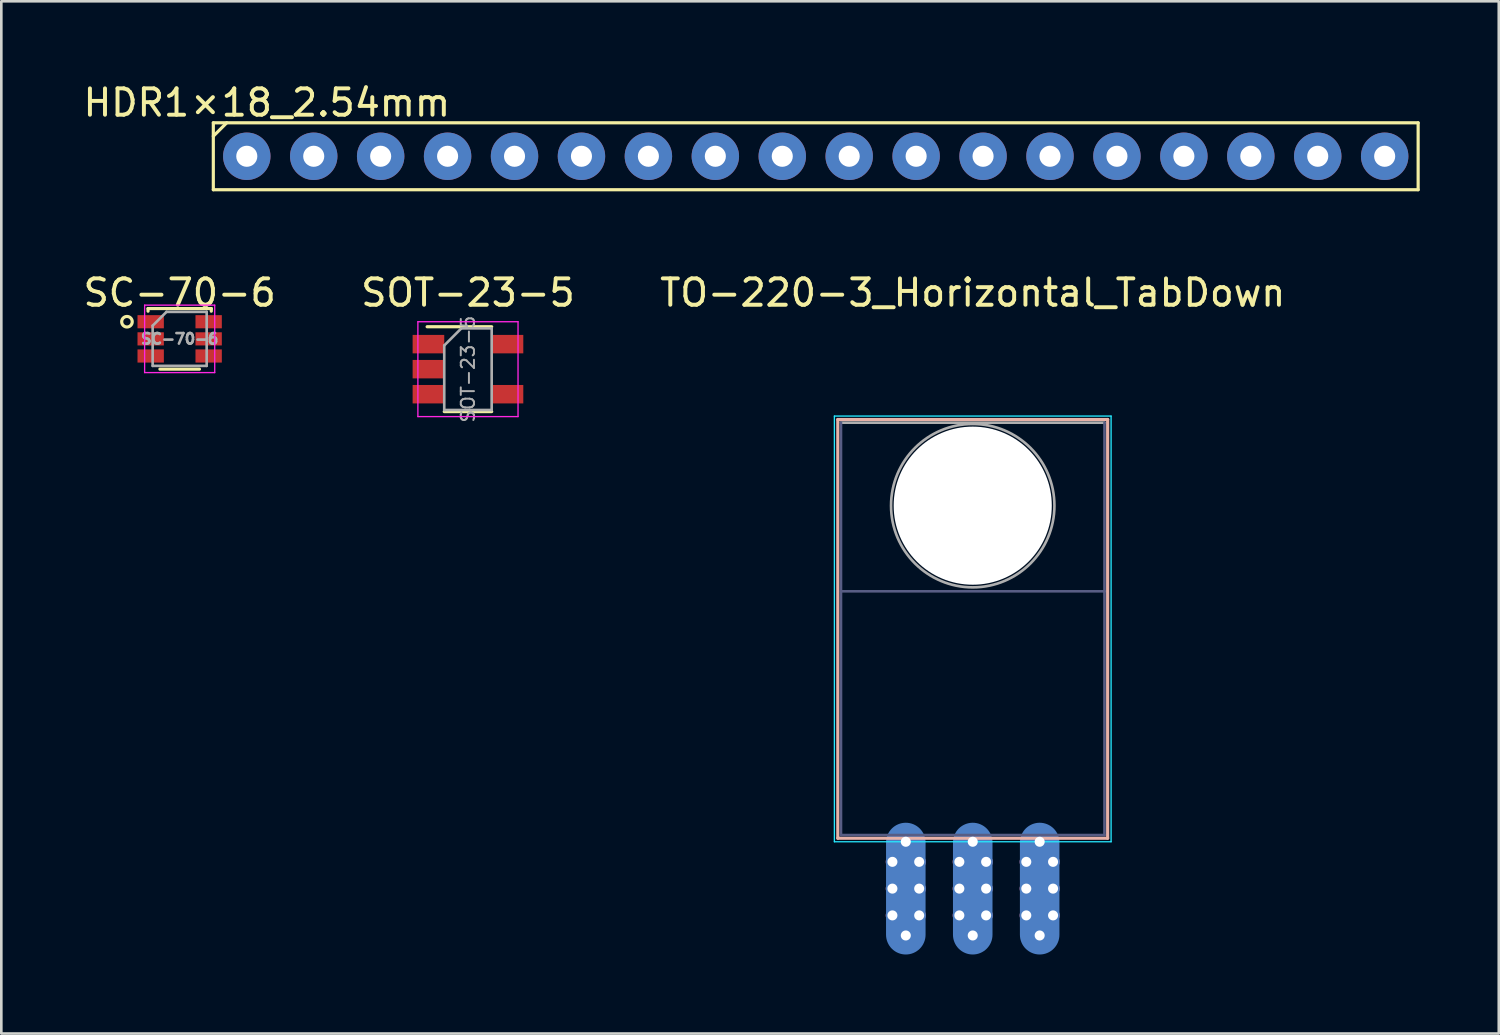
<source format=kicad_pcb>
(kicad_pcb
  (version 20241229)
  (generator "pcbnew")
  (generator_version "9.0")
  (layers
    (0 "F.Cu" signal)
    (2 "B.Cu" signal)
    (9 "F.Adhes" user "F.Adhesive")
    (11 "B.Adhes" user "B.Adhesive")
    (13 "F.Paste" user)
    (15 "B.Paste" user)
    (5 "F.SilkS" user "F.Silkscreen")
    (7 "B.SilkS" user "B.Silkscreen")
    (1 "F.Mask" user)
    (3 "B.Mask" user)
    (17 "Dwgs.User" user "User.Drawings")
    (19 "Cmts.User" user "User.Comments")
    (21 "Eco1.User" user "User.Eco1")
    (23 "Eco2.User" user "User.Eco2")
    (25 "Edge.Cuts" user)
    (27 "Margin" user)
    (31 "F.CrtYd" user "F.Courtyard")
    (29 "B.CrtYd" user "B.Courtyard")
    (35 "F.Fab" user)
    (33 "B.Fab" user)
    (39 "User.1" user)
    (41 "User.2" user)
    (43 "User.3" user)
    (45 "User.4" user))
  (footprint "SOT-23-5"
    (layer "F.Cu")
    (at 14.708 10.959)
    (property "Reference" "SOT-23-5" (at 0 -2.9 0) (layer "F.SilkS") (effects (font (size 1 1) (thickness 0.15))))
    (attr smd)
    (fp_line (start -0.9 1.61) (end 0.9 1.61) (stroke (width 0.12) (type solid)) (layer "F.SilkS"))
    (fp_line (start 0.9 -1.61) (end -1.55 -1.61) (stroke (width 0.12) (type solid)) (layer "F.SilkS"))
    (fp_line (start -1.9 -1.8) (end 1.9 -1.8) (stroke (width 0.05) (type solid)) (layer "F.CrtYd"))
    (fp_line (start -1.9 1.8) (end -1.9 -1.8) (stroke (width 0.05) (type solid)) (layer "F.CrtYd"))
    (fp_line (start 1.9 -1.8) (end 1.9 1.8) (stroke (width 0.05) (type solid)) (layer "F.CrtYd"))
    (fp_line (start 1.9 1.8) (end -1.9 1.8) (stroke (width 0.05) (type solid)) (layer "F.CrtYd"))
    (fp_line (start -0.9 -0.9) (end -0.9 1.55) (stroke (width 0.1) (type solid)) (layer "F.Fab"))
    (fp_line (start -0.9 -0.9) (end -0.25 -1.55) (stroke (width 0.1) (type solid)) (layer "F.Fab"))
    (fp_line (start 0.9 -1.55) (end -0.25 -1.55) (stroke (width 0.1) (type solid)) (layer "F.Fab"))
    (fp_line (start 0.9 -1.55) (end 0.9 1.55) (stroke (width 0.1) (type solid)) (layer "F.Fab"))
    (fp_line (start 0.9 1.55) (end -0.9 1.55) (stroke (width 0.1) (type solid)) (layer "F.Fab"))
    (fp_text user "${REFERENCE}" (at 0 0 90) (layer "F.Fab") (effects (font (size 0.5 0.5) (thickness 0.075))))
    (pad "1" smd rect (at -1.5 -0.95) (size 1.2 0.7) (layers "F.Cu" "F.Mask" "F.Paste"))
    (pad "2" smd rect (at -1.5 0) (size 1.2 0.7) (layers "F.Cu" "F.Mask" "F.Paste"))
    (pad "3" smd rect (at -1.5 0.95) (size 1.2 0.7) (layers "F.Cu" "F.Mask" "F.Paste"))
    (pad "4" smd rect (at 1.5 0.95) (size 1.2 0.7) (layers "F.Cu" "F.Mask" "F.Paste"))
    (pad "5" smd rect (at 1.5 -0.95) (size 1.2 0.7) (layers "F.Cu" "F.Mask" "F.Paste")))
  (footprint "SC-70-6"
    (layer "F.Cu")
    (at 3.768 9.809)
    (property "Reference" "SC-70-6" (at 0 -1.75 0) (layer "F.SilkS") (effects (font (size 1 1) (thickness 0.15))))
    (attr smd)
    (fp_line (start -1.2 -1.15) (end -1.2 -1.05) (stroke (width 0.12) (type solid)) (layer "F.SilkS"))
    (fp_line (start -1.2 -1.15) (end 1.2 -1.15) (stroke (width 0.12) (type solid)) (layer "F.SilkS"))
    (fp_line (start 0.75 1.15) (end -0.75 1.15) (stroke (width 0.12) (type solid)) (layer "F.SilkS"))
    (fp_line (start 1.2 -1.15) (end 1.2 -1.05) (stroke (width 0.12) (type solid)) (layer "F.SilkS"))
    (fp_circle (center -2 -0.65) (end -1.8 -0.65) (stroke (width 0.12) (type solid)) (fill no) (layer "F.SilkS"))
    (fp_line (start -1.33 -1.28) (end 1.33 -1.28) (stroke (width 0.05) (type solid)) (layer "F.CrtYd"))
    (fp_line (start -1.33 1.28) (end -1.33 -1.28) (stroke (width 0.05) (type solid)) (layer "F.CrtYd"))
    (fp_line (start 1.33 -1.28) (end 1.33 1.28) (stroke (width 0.05) (type solid)) (layer "F.CrtYd"))
    (fp_line (start 1.33 1.28) (end -1.33 1.28) (stroke (width 0.05) (type solid)) (layer "F.CrtYd"))
    (fp_line (start -1.025 -0.5) (end -0.5 -1.025) (stroke (width 0.1) (type solid)) (layer "F.Fab"))
    (fp_line (start -1.025 1.025) (end -1.025 -0.5) (stroke (width 0.1) (type solid)) (layer "F.Fab"))
    (fp_line (start -0.5 -1.025) (end 1.025 -1.025) (stroke (width 0.1) (type solid)) (layer "F.Fab"))
    (fp_line (start 1.025 -1.025) (end 1.025 1.025) (stroke (width 0.1) (type solid)) (layer "F.Fab"))
    (fp_line (start 1.025 1.025) (end -1.025 1.025) (stroke (width 0.1) (type solid)) (layer "F.Fab"))
    (fp_text user "${REFERENCE}" (at 0 0 0) (layer "F.Fab") (effects (font (size 0.4 0.4) (thickness 0.1))))
    (pad "1" smd rect (at -1.1 -0.65) (size 1 0.5) (layers "F.Cu" "F.Mask" "F.Paste"))
    (pad "2" smd rect (at -1.1 0) (size 1 0.5) (layers "F.Cu" "F.Mask" "F.Paste"))
    (pad "3" smd rect (at -1.1 0.65) (size 1 0.5) (layers "F.Cu" "F.Mask" "F.Paste"))
    (pad "4" smd rect (at 1.1 0.65) (size 1 0.5) (layers "F.Cu" "F.Mask" "F.Paste"))
    (pad "5" smd rect (at 1.1 0) (size 1 0.5) (layers "F.Cu" "F.Mask" "F.Paste"))
    (pad "6" smd rect (at 1.1 -0.65) (size 1 0.5) (layers "F.Cu" "F.Mask" "F.Paste")))
  (footprint "HDR1×18_2.54mm"
    (layer "F.Cu")
    (at 6.315 2.88)
    (property "Reference" "HDR1×18_2.54mm" (at 0.762 -2.032 0) (layer "F.SilkS") (effects (font (size 1 1) (thickness 0.15))))
    (attr through_hole)
    (fp_line (start -1.27 -1.27) (end -1.27 1.27) (stroke (width 0.12) (type solid)) (layer "F.SilkS"))
    (fp_line (start -1.27 -1.27) (end 44.45 -1.27) (stroke (width 0.12) (type solid)) (layer "F.SilkS"))
    (fp_line (start -1.27 -0.762) (end -0.762 -1.27) (stroke (width 0.12) (type solid)) (layer "F.SilkS"))
    (fp_line (start -1.27 1.27) (end 44.45 1.27) (stroke (width 0.12) (type solid)) (layer "F.SilkS"))
    (fp_line (start 44.45 -1.27) (end 44.45 1.27) (stroke (width 0.12) (type solid)) (layer "F.SilkS"))
    (pad "1" thru_hole circle (at 0 0) (size 1.8 1.8) (drill 0.8) (layers "*.Cu" "*.Mask"))
    (pad "2" thru_hole circle (at 2.54 0) (size 1.8 1.8) (drill 0.8) (layers "*.Cu" "*.Mask"))
    (pad "3" thru_hole circle (at 5.08 0) (size 1.8 1.8) (drill 0.8) (layers "*.Cu" "*.Mask"))
    (pad "4" thru_hole circle (at 7.62 0) (size 1.8 1.8) (drill 0.8) (layers "*.Cu" "*.Mask"))
    (pad "5" thru_hole circle (at 10.16 0) (size 1.8 1.8) (drill 0.8) (layers "*.Cu" "*.Mask"))
    (pad "6" thru_hole circle (at 12.7 0) (size 1.8 1.8) (drill 0.8) (layers "*.Cu" "*.Mask"))
    (pad "7" thru_hole circle (at 15.24 0) (size 1.8 1.8) (drill 0.8) (layers "*.Cu" "*.Mask"))
    (pad "8" thru_hole circle (at 17.78 0) (size 1.8 1.8) (drill 0.8) (layers "*.Cu" "*.Mask"))
    (pad "9" thru_hole circle (at 20.32 0) (size 1.8 1.8) (drill 0.8) (layers "*.Cu" "*.Mask"))
    (pad "10" thru_hole circle (at 22.86 0) (size 1.8 1.8) (drill 0.8) (layers "*.Cu" "*.Mask"))
    (pad "11" thru_hole circle (at 25.4 0) (size 1.8 1.8) (drill 0.8) (layers "*.Cu" "*.Mask"))
    (pad "12" thru_hole circle (at 27.94 0) (size 1.8 1.8) (drill 0.8) (layers "*.Cu" "*.Mask"))
    (pad "13" thru_hole circle (at 30.48 0) (size 1.8 1.8) (drill 0.8) (layers "*.Cu" "*.Mask"))
    (pad "14" thru_hole circle (at 33.02 0) (size 1.8 1.8) (drill 0.8) (layers "*.Cu" "*.Mask"))
    (pad "15" thru_hole circle (at 35.56 0) (size 1.8 1.8) (drill 0.8) (layers "*.Cu" "*.Mask"))
    (pad "16" thru_hole circle (at 38.1 0) (size 1.8 1.8) (drill 0.8) (layers "*.Cu" "*.Mask"))
    (pad "17" thru_hole circle (at 40.64 0) (size 1.8 1.8) (drill 0.8) (layers "*.Cu" "*.Mask"))
    (pad "18" thru_hole circle (at 43.18 0) (size 1.8 1.8) (drill 0.8) (layers "*.Cu" "*.Mask")))
  (footprint "TO-220-3_Horizontal_TabDown"
    (layer "F.Cu")
    (at 33.863 28.639)
    (property "Reference" "TO-220-3_Horizontal_TabDown" (at 0 -20.58 0) (layer "F.SilkS") (effects (font (size 1 1) (thickness 0.15))))
    (attr through_hole)
    (fp_line (start -5.12 -15.77) (end -5.12 0.12) (stroke (width 0.12) (type solid)) (layer "B.SilkS"))
    (fp_line (start -5.12 -15.77) (end 5.12 -15.77) (stroke (width 0.12) (type solid)) (layer "B.SilkS"))
    (fp_line (start -5.12 0.12) (end 5.12 0.12) (stroke (width 0.12) (type solid)) (layer "B.SilkS"))
    (fp_line (start 5.12 -15.77) (end 5.12 0.12) (stroke (width 0.12) (type solid)) (layer "B.SilkS"))
    (fp_line (start -5.25 -15.9) (end -5.25 0.254) (stroke (width 0.05) (type solid)) (layer "B.CrtYd"))
    (fp_line (start -5.25 0.254) (end 5.25 0.254) (stroke (width 0.05) (type solid)) (layer "B.CrtYd"))
    (fp_line (start 5.25 -15.9) (end -5.25 -15.9) (stroke (width 0.05) (type solid)) (layer "B.CrtYd"))
    (fp_line (start 5.25 0.254) (end 5.25 -15.9) (stroke (width 0.05) (type solid)) (layer "B.CrtYd"))
    (fp_line (start -5 -9.25) (end -5 -15.65) (stroke (width 0.1) (type solid)) (layer "B.Fab"))
    (fp_line (start -5 -9.25) (end 5 -9.25) (stroke (width 0.1) (type solid)) (layer "B.Fab"))
    (fp_line (start -5 0) (end -5 -9.25) (stroke (width 0.1) (type solid)) (layer "B.Fab"))
    (fp_line (start 5 -15.65) (end 5 -9.25) (stroke (width 0.1) (type solid)) (layer "B.Fab"))
    (fp_line (start 5 -9.25) (end 5 0) (stroke (width 0.1) (type solid)) (layer "B.Fab"))
    (fp_line (start 5 0) (end -5 0) (stroke (width 0.1) (type solid)) (layer "B.Fab"))
    (fp_line (start -5 -15.65) (end 5 -15.65) (stroke (width 0.1) (type solid)) (layer "F.Fab"))
    (fp_circle (center 0 -12.5) (end 3.1 -12.5) (stroke (width 0.1) (type solid)) (fill no) (layer "F.Fab"))
    (pad "" np_thru_hole oval (at 0 -12.5) (size 6 6) (drill 6) (layers "*.Cu" "*.Mask"))
    (pad "1" thru_hole circle (at -3.048 1.016) (size 0.508 0.508) (drill 0.381) (layers "*.Cu" "*.Mask"))
    (pad "1" thru_hole circle (at -3.048 2.032) (size 0.508 0.508) (drill 0.381) (layers "*.Cu" "*.Mask"))
    (pad "1" thru_hole circle (at -3.048 3.048) (size 0.508 0.508) (drill 0.381) (layers "*.Cu" "*.Mask"))
    (pad "1" thru_hole circle (at -2.54 0.254) (size 0.508 0.508) (drill 0.381) (layers "*.Cu" "*.Mask"))
    (pad "1" smd oval (at -2.54 2.032) (size 1.5 5) (layers "B.Cu" "B.Mask" "B.Paste"))
    (pad "1" thru_hole circle (at -2.54 3.81) (size 0.508 0.508) (drill 0.381) (layers "*.Cu" "*.Mask"))
    (pad "1" thru_hole circle (at -2.032 1.016) (size 0.508 0.508) (drill 0.381) (layers "*.Cu" "*.Mask"))
    (pad "1" thru_hole circle (at -2.032 2.032) (size 0.508 0.508) (drill 0.381) (layers "*.Cu" "*.Mask"))
    (pad "1" thru_hole circle (at -2.032 3.048) (size 0.508 0.508) (drill 0.381) (layers "*.Cu" "*.Mask"))
    (pad "2" thru_hole circle (at -0.508 1.016) (size 0.508 0.508) (drill 0.381) (layers "*.Cu" "*.Mask"))
    (pad "2" thru_hole circle (at -0.508 2.032) (size 0.508 0.508) (drill 0.381) (layers "*.Cu" "*.Mask"))
    (pad "2" thru_hole circle (at -0.508 3.048) (size 0.508 0.508) (drill 0.381) (layers "*.Cu" "*.Mask"))
    (pad "2" thru_hole circle (at 0 0.254) (size 0.508 0.508) (drill 0.381) (layers "*.Cu" "*.Mask"))
    (pad "2" smd oval (at 0 2.032) (size 1.5 5) (layers "B.Cu" "B.Mask" "B.Paste"))
    (pad "2" thru_hole circle (at 0 3.81) (size 0.508 0.508) (drill 0.381) (layers "*.Cu" "*.Mask"))
    (pad "2" thru_hole circle (at 0.508 1.016) (size 0.508 0.508) (drill 0.381) (layers "*.Cu" "*.Mask"))
    (pad "2" thru_hole circle (at 0.508 2.032) (size 0.508 0.508) (drill 0.381) (layers "*.Cu" "*.Mask"))
    (pad "2" thru_hole circle (at 0.508 3.048) (size 0.508 0.508) (drill 0.381) (layers "*.Cu" "*.Mask"))
    (pad "3" thru_hole circle (at 2.032 1.016) (size 0.508 0.508) (drill 0.381) (layers "*.Cu" "*.Mask"))
    (pad "3" thru_hole circle (at 2.032 2.032) (size 0.508 0.508) (drill 0.381) (layers "*.Cu" "*.Mask"))
    (pad "3" thru_hole circle (at 2.032 3.048) (size 0.508 0.508) (drill 0.381) (layers "*.Cu" "*.Mask"))
    (pad "3" thru_hole circle (at 2.54 0.254) (size 0.508 0.508) (drill 0.381) (layers "*.Cu" "*.Mask"))
    (pad "3" smd oval (at 2.54 2.032) (size 1.5 5) (layers "B.Cu" "B.Mask" "B.Paste"))
    (pad "3" thru_hole circle (at 2.54 3.81) (size 0.508 0.508) (drill 0.381) (layers "*.Cu" "*.Mask"))
    (pad "3" thru_hole circle (at 3.048 1.016) (size 0.508 0.508) (drill 0.381) (layers "*.Cu" "*.Mask"))
    (pad "3" thru_hole circle (at 3.048 2.032) (size 0.508 0.508) (drill 0.381) (layers "*.Cu" "*.Mask"))
    (pad "3" thru_hole circle (at 3.048 3.048) (size 0.508 0.508) (drill 0.381) (layers "*.Cu" "*.Mask")))
  (gr_rect
    (start -3 -3)
    (end 53.825 36.17)
    (stroke (width 0.1) (type default))
    (fill no)
    (layer "Edge.Cuts")))
</source>
